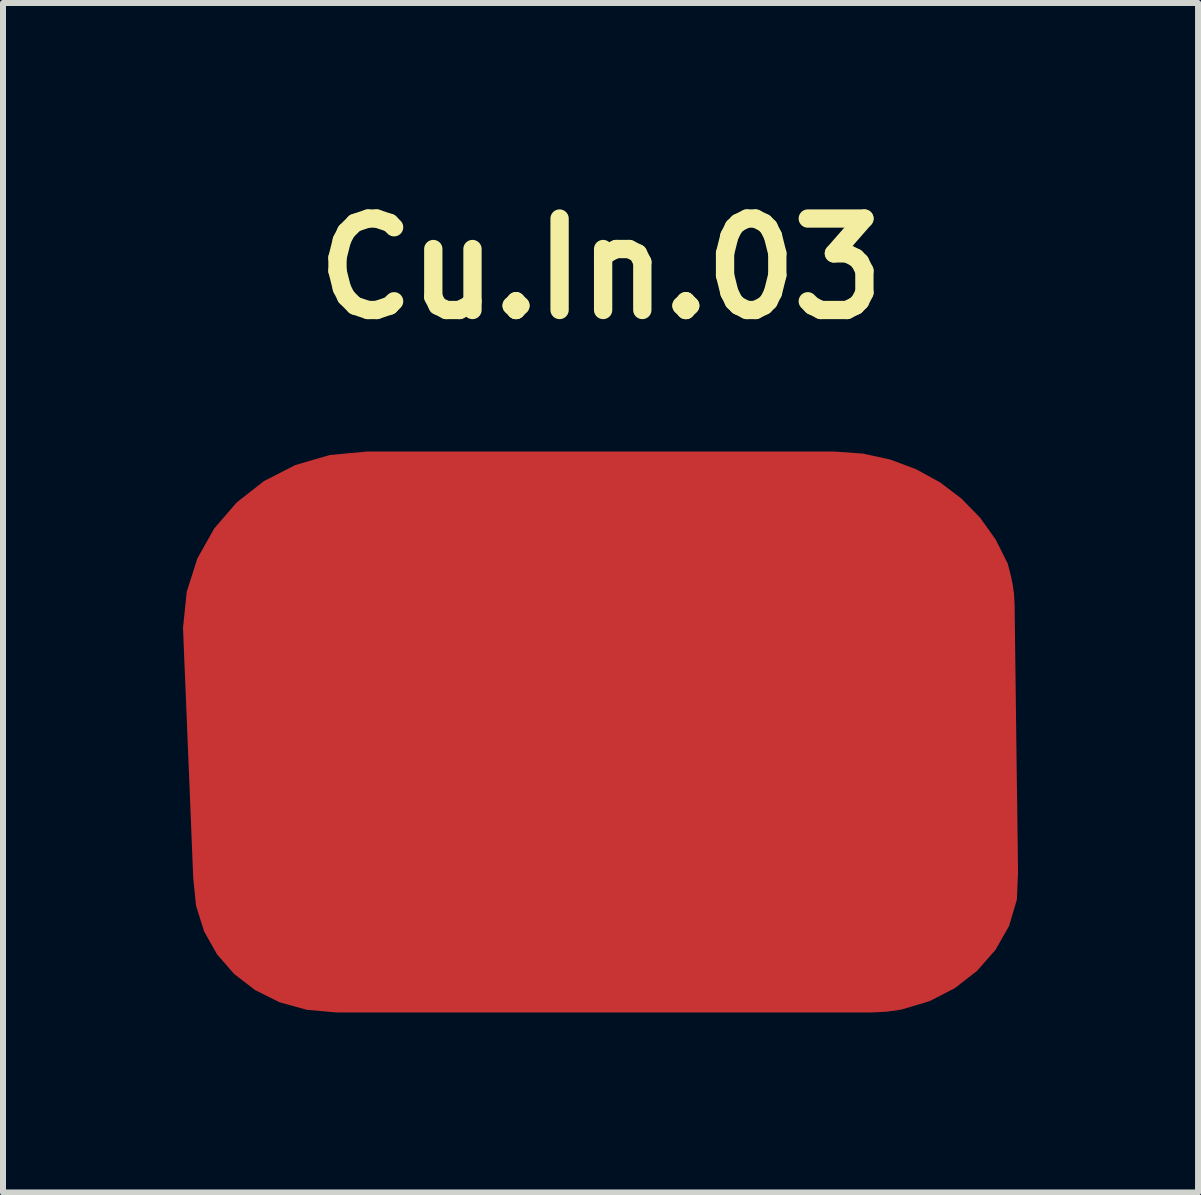
<source format=kicad_pcb>
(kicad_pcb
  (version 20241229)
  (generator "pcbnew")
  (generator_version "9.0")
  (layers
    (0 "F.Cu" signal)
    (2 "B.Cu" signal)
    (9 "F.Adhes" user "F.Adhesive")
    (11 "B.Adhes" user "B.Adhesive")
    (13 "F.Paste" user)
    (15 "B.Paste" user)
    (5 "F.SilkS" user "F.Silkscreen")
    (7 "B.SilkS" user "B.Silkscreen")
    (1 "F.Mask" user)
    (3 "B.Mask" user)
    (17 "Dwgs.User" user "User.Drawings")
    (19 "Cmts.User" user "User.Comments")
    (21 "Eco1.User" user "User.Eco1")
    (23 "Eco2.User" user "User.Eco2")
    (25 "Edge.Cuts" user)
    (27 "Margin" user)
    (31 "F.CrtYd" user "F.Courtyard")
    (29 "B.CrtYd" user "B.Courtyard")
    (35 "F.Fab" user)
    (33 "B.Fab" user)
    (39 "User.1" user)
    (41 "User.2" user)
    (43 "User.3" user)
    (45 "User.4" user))
  (footprint "Cu.In.03"
    (layer "F.Cu")
    (at 6.965 9.149)
    (property "Reference" "Cu.In.03" (at 0 -7.722 0) (layer "F.SilkS") (effects (font (size 1.524 1.524) (thickness 0.305))))
    (attr smd)
    (fp_poly (pts (xy -4.409 4.674) (xy -3.294 4.674) (xy -2.18 4.674) (xy -1.065 4.674) (xy 0.05 4.674) (xy 1.164 4.674) (xy 2.279 4.674) (xy 3.394 4.674) (xy 4.508 4.674) (xy 4.761 4.662) (xy 5.007 4.626) (xy 5.474 4.487) (xy 5.898 4.269) (xy 6.269 3.98) (xy 6.575 3.631) (xy 6.802 3.232) (xy 6.932 2.793) (xy 6.951 2.324) (xy 6.944 1.77) (xy 6.937 1.215) (xy 6.929 0.661) (xy 6.922 0.107) (xy 6.915 -0.447) (xy 6.908 -1.002) (xy 6.901 -1.556) (xy 6.894 -2.11) (xy 6.884 -2.301) (xy 6.859 -2.477) (xy 6.822 -2.643) (xy 6.78 -2.805) (xy 6.579 -3.207) (xy 6.32 -3.57) (xy 6.009 -3.889) (xy 5.652 -4.16) (xy 5.254 -4.378) (xy 4.823 -4.54) (xy 4.365 -4.64) (xy 3.884 -4.674) (xy 2.911 -4.674) (xy 1.938 -4.674) (xy 0.966 -4.674) (xy -0.007 -4.674) (xy -0.98 -4.674) (xy -1.952 -4.674) (xy -2.925 -4.674) (xy -3.898 -4.674) (xy -4.519 -4.616) (xy -5.096 -4.448) (xy -5.617 -4.181) (xy -6.07 -3.826) (xy -6.444 -3.393) (xy -6.725 -2.894) (xy -6.903 -2.338) (xy -6.965 -1.736) (xy -6.944 -1.215) (xy -6.922 -0.694) (xy -6.901 -0.174) (xy -6.88 0.347) (xy -6.858 0.868) (xy -6.837 1.389) (xy -6.816 1.91) (xy -6.795 2.431) (xy -6.748 2.895) (xy -6.614 3.322) (xy -6.399 3.704) (xy -6.113 4.033) (xy -5.763 4.302) (xy -5.357 4.504) (xy -4.903 4.63) (xy -4.409 4.674) (xy -4.409 4.674) (xy -4.409 4.674)) (stroke (width 0) (type solid)) (fill yes) (layer "F.Cu")))
  (gr_rect
    (start -3 -3)
    (end 16.916 16.823)
    (stroke (width 0.1) (type default))
    (fill no)
    (layer "Edge.Cuts")))
</source>
